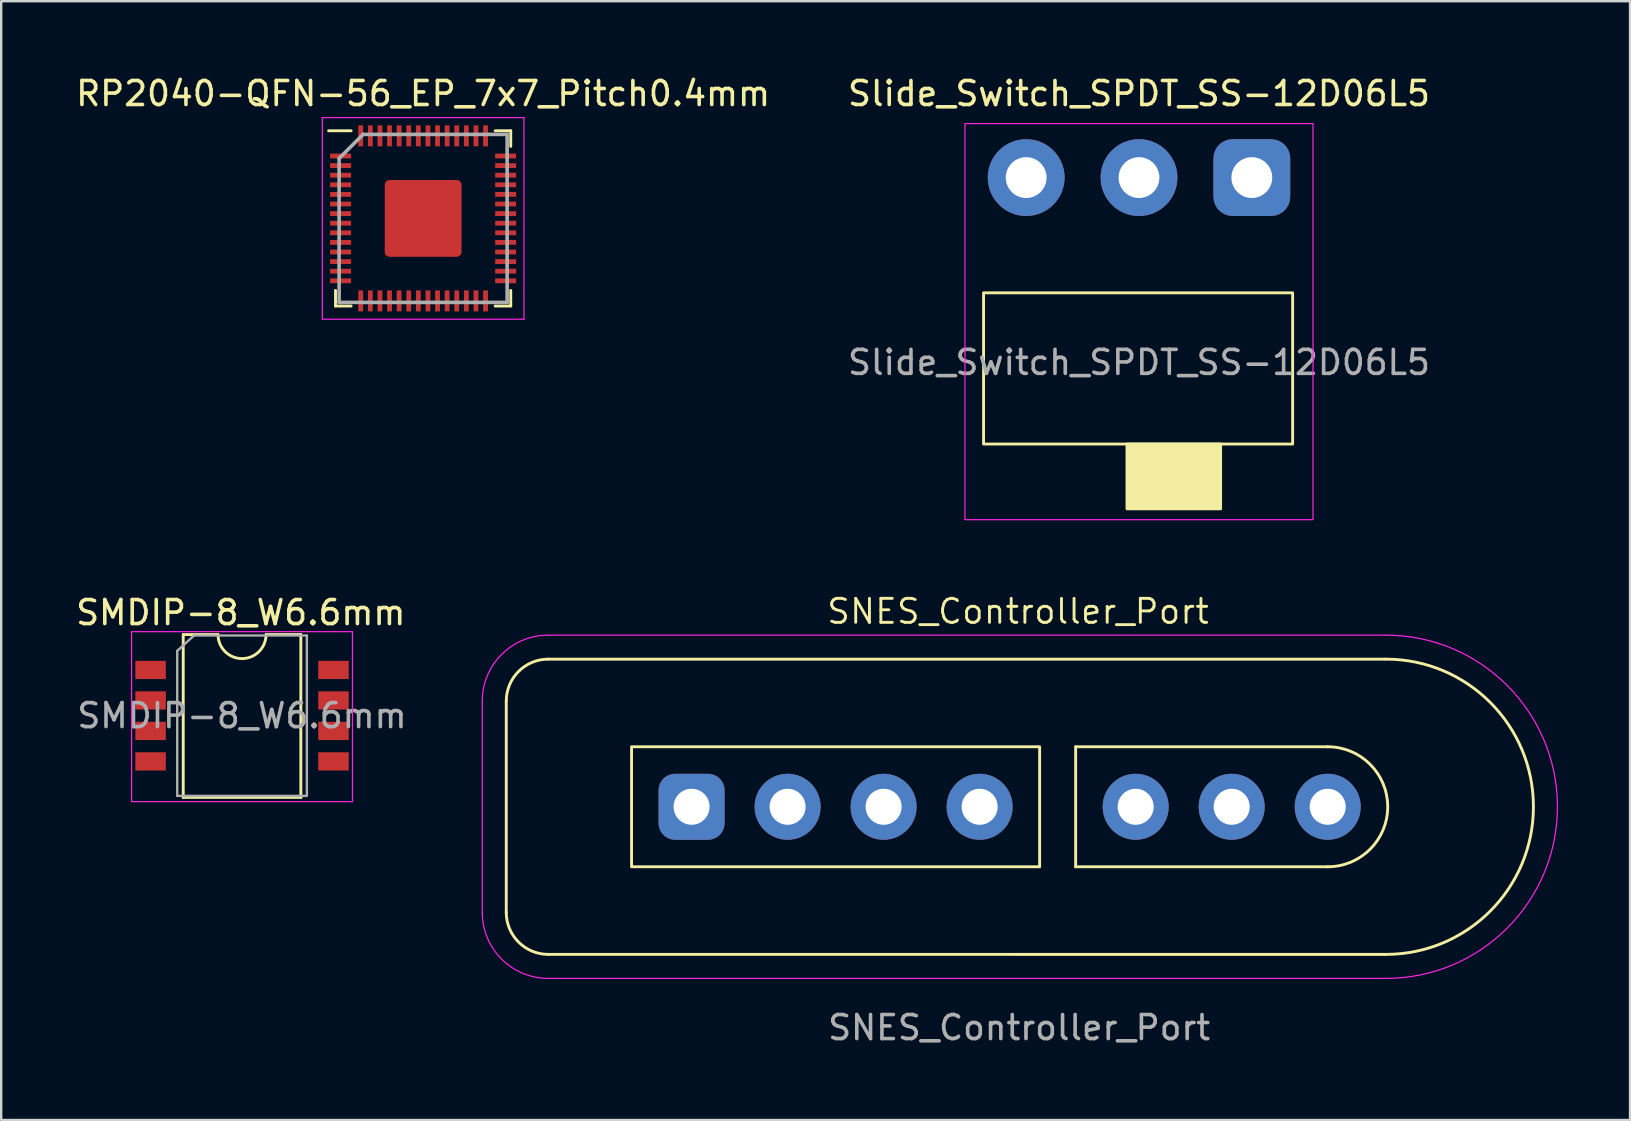
<source format=kicad_pcb>
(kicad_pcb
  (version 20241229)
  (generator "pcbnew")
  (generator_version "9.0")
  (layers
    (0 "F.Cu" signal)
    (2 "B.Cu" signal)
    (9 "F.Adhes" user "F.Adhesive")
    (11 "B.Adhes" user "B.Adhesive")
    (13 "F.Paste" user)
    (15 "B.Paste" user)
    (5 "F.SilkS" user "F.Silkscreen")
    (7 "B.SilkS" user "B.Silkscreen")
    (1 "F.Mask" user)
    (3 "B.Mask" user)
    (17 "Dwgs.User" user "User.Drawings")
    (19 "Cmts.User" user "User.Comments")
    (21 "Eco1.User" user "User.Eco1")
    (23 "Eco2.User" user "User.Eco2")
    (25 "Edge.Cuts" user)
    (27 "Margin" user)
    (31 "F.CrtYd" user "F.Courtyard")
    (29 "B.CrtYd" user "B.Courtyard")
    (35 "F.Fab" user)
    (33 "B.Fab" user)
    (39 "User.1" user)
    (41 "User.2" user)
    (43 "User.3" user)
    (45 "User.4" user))
  (footprint "SMDIP-8_W6.6mm"
    (layer "F.Cu")
    (at 7.033 26.764)
    (property "Reference" "SMDIP-8_W6.6mm" (at -0.051 -4.293 0) (layer "F.SilkS") (effects (font (size 1 1) (thickness 0.15))))
    (attr smd)
    (fp_line (start -2.45 -3.378) (end -2.45 3.404) (stroke (width 0.12) (type solid)) (layer "F.SilkS"))
    (fp_line (start -2.45 3.404) (end 2.45 3.404) (stroke (width 0.12) (type solid)) (layer "F.SilkS"))
    (fp_line (start -1 -3.378) (end -2.45 -3.378) (stroke (width 0.12) (type solid)) (layer "F.SilkS"))
    (fp_line (start 2.45 -3.378) (end 1 -3.378) (stroke (width 0.12) (type solid)) (layer "F.SilkS"))
    (fp_line (start 2.45 3.404) (end 2.45 -3.378) (stroke (width 0.12) (type solid)) (layer "F.SilkS"))
    (fp_arc (start 1 -3.3782) (mid 0 -2.3782) (end -1 -3.3782) (stroke (width 0.12) (type solid)) (layer "F.SilkS"))
    (fp_line (start -4.6 -3.5) (end -4.6 3.581) (stroke (width 0.05) (type solid)) (layer "F.CrtYd"))
    (fp_line (start -4.6 3.581) (end 4.6 3.581) (stroke (width 0.05) (type solid)) (layer "F.CrtYd"))
    (fp_line (start 4.6 -3.5) (end -4.6 -3.5) (stroke (width 0.05) (type solid)) (layer "F.CrtYd"))
    (fp_line (start 4.6 3.581) (end 4.6 -3.5) (stroke (width 0.05) (type solid)) (layer "F.CrtYd"))
    (fp_line (start -2.7 -2.7) (end -2 -3.34) (stroke (width 0.1) (type solid)) (layer "F.Fab"))
    (fp_line (start -2.7 3.34) (end -2.7 -2.7) (stroke (width 0.1) (type solid)) (layer "F.Fab"))
    (fp_line (start -2 -3.34) (end 2.7 -3.34) (stroke (width 0.1) (type solid)) (layer "F.Fab"))
    (fp_line (start 2.7 -3.34) (end 2.7 3.34) (stroke (width 0.1) (type solid)) (layer "F.Fab"))
    (fp_line (start 2.7 3.34) (end -2.7 3.34) (stroke (width 0.1) (type solid)) (layer "F.Fab"))
    (fp_text user "${REFERENCE}" (at 0 0 0) (layer "F.Fab") (effects (font (size 1 1) (thickness 0.15))))
    (pad "1" smd rect (at -3.81 -1.905) (size 1.27 0.76) (layers "F.Cu" "F.Mask" "F.Paste"))
    (pad "2" smd rect (at -3.81 -0.635) (size 1.27 0.76) (layers "F.Cu" "F.Mask" "F.Paste"))
    (pad "3" smd rect (at -3.81 0.635) (size 1.27 0.76) (layers "F.Cu" "F.Mask" "F.Paste"))
    (pad "4" smd rect (at -3.81 1.905) (size 1.27 0.76) (layers "F.Cu" "F.Mask" "F.Paste"))
    (pad "5" smd rect (at 3.81 1.905) (size 1.27 0.76) (layers "F.Cu" "F.Mask" "F.Paste"))
    (pad "6" smd rect (at 3.81 0.635) (size 1.27 0.76) (layers "F.Cu" "F.Mask" "F.Paste"))
    (pad "7" smd rect (at 3.81 -0.635) (size 1.27 0.76) (layers "F.Cu" "F.Mask" "F.Paste"))
    (pad "8" smd rect (at 3.81 -1.905) (size 1.27 0.76) (layers "F.Cu" "F.Mask" "F.Paste")))
  (footprint "Slide_Switch_SPDT_SS-12D06L5"
    (layer "F.Cu")
    (at 44.399 4.348)
    (property "Reference" "Slide_Switch_SPDT_SS-12D06L5" (at 0 -3.5 0) (unlocked yes) (layer "F.SilkS") (effects (font (size 1 1) (thickness 0.15))))
    (attr through_hole)
    (fp_rect (start -6.475 4.8) (end 6.4 11.1) (stroke (width 0.12) (type solid)) (fill no) (layer "F.SilkS"))
    (fp_rect (start -0.5 11.1) (end 3.4 13.8) (stroke (width 0.12) (type solid)) (fill yes) (layer "F.SilkS"))
    (fp_rect (start 7.25 -2.25) (end -7.25 14.25) (stroke (width 0.05) (type solid)) (fill no) (layer "F.CrtYd"))
    (fp_text user "${REFERENCE}" (at 0 7.7 0) (unlocked yes) (layer "F.Fab") (effects (font (size 1 1) (thickness 0.15))))
    (pad "1" thru_hole roundrect (at 4.7 0) (size 3.2 3.2) (drill 1.7) (layers "*.Cu" "*.Mask") (roundrect_rratio 0.25))
    (pad "2" thru_hole circle (at 0 0) (size 3.2 3.2) (drill 1.7) (layers "*.Cu" "*.Mask"))
    (pad "3" thru_hole circle (at -4.7 0) (size 3.2 3.2) (drill 1.7) (layers "*.Cu" "*.Mask")))
  (footprint "SNES_Controller_Port"
    (layer "F.Cu")
    (at 39.38 30.559)
    (property "Reference" "SNES_Controller_Port" (at -0.02 -8.14 0) (unlocked yes) (layer "F.SilkS") (effects (font (size 1 1) (thickness 0.12))))
    (attr through_hole)
    (fp_line (start -21.34 -4.4) (end -21.34 4.399) (stroke (width 0.12) (type default)) (layer "F.SilkS"))
    (fp_line (start -19.59 -6.15) (end 15.3 -6.15) (stroke (width 0.12) (type default)) (layer "F.SilkS"))
    (fp_line (start -19.59 6.149) (end 15.3 6.15) (stroke (width 0.12) (type default)) (layer "F.SilkS"))
    (fp_line (start 2.38 -2.5) (end 2.38 2.5) (stroke (width 0.12) (type default)) (layer "F.SilkS"))
    (fp_line (start 2.38 -2.5) (end 12.88 -2.5) (stroke (width 0.12) (type default)) (layer "F.SilkS"))
    (fp_line (start 2.38 2.5) (end 12.88 2.5) (stroke (width 0.12) (type default)) (layer "F.SilkS"))
    (fp_rect (start -16.12 -2.5) (end 0.88 2.5) (stroke (width 0.12) (type default)) (fill no) (layer "F.SilkS"))
    (fp_arc (start -21.34 -4.4) (mid -20.827437 -5.637436) (end -19.59 -6.15) (stroke (width 0.12) (type default)) (layer "F.SilkS"))
    (fp_arc (start -19.59 6.149328) (mid -20.827436 5.636765) (end -21.34 4.399328) (stroke (width 0.12) (type default)) (layer "F.SilkS"))
    (fp_arc (start 12.88 -2.499664) (mid 15.379664 0) (end 12.88 2.499664) (stroke (width 0.12) (type default)) (layer "F.SilkS"))
    (fp_arc (start 15.3 -6.150334) (mid 21.449998 -0.000336) (end 15.3 6.149662) (stroke (width 0.12) (type default)) (layer "F.SilkS"))
    (fp_line (start -22.34 4.4) (end -22.34 -4.4) (stroke (width 0.05) (type default)) (layer "F.CrtYd"))
    (fp_line (start -19.59 -7.15) (end 15.3 -7.15) (stroke (width 0.05) (type default)) (layer "F.CrtYd"))
    (fp_line (start -19.59 7.15) (end 15.3 7.15) (stroke (width 0.05) (type default)) (layer "F.CrtYd"))
    (fp_arc (start -22.34 -4.4) (mid -21.534544 -6.344544) (end -19.59 -7.15) (stroke (width 0.05) (type default)) (layer "F.CrtYd"))
    (fp_arc (start -19.59 7.15) (mid -21.534544 6.344544) (end -22.34 4.4) (stroke (width 0.05) (type default)) (layer "F.CrtYd"))
    (fp_arc (start 15.3 -7.15) (mid 22.45 0) (end 15.3 7.15) (stroke (width 0.05) (type default)) (layer "F.CrtYd"))
    (fp_text user "${REFERENCE}" (at 0.025 9.2 0) (unlocked yes) (layer "F.Fab") (effects (font (size 1 1) (thickness 0.15))))
    (pad "1" thru_hole roundrect (at -13.62 0) (size 2.75 2.75) (drill 1.5) (layers "*.Cu" "*.Mask") (roundrect_rratio 0.25))
    (pad "2" thru_hole circle (at -9.62 0) (size 2.75 2.75) (drill 1.5) (layers "*.Cu" "*.Mask"))
    (pad "3" thru_hole circle (at -5.62 0) (size 2.75 2.75) (drill 1.5) (layers "*.Cu" "*.Mask"))
    (pad "4" thru_hole circle (at -1.62 0) (size 2.75 2.75) (drill 1.5) (layers "*.Cu" "*.Mask"))
    (pad "5" thru_hole circle (at 4.88 0) (size 2.75 2.75) (drill 1.5) (layers "*.Cu" "*.Mask"))
    (pad "6" thru_hole circle (at 8.88 0) (size 2.75 2.75) (drill 1.5) (layers "*.Cu" "*.Mask"))
    (pad "7" thru_hole circle (at 12.88 0) (size 2.75 2.75) (drill 1.5) (layers "*.Cu" "*.Mask")))
  (footprint "RP2040-QFN-56_EP_7x7_Pitch0.4mm"
    (layer "F.Cu")
    (at 14.577 6.048)
    (property "Reference" "RP2040-QFN-56_EP_7x7_Pitch0.4mm" (at 0 -5.2 0) (layer "F.SilkS") (effects (font (size 1 1) (thickness 0.15))))
    (attr smd)
    (fp_line (start -3.65 3.65) (end -3.65 3) (stroke (width 0.12) (type default)) (layer "F.SilkS"))
    (fp_line (start -3 -3.65) (end -3.938 -3.65) (stroke (width 0.12) (type default)) (layer "F.SilkS"))
    (fp_line (start -3 3.65) (end -3.65 3.65) (stroke (width 0.12) (type default)) (layer "F.SilkS"))
    (fp_line (start 3 -3.65) (end 3.65 -3.65) (stroke (width 0.12) (type default)) (layer "F.SilkS"))
    (fp_line (start 3 3.65) (end 3.65 3.65) (stroke (width 0.12) (type default)) (layer "F.SilkS"))
    (fp_line (start 3.65 -3.65) (end 3.65 -3) (stroke (width 0.12) (type default)) (layer "F.SilkS"))
    (fp_line (start 3.65 3.65) (end 3.65 3) (stroke (width 0.12) (type default)) (layer "F.SilkS"))
    (fp_line (start -4.2 -4.2) (end 4.2 -4.2) (stroke (width 0.05) (type default)) (layer "F.CrtYd"))
    (fp_line (start -4.2 4.2) (end -4.2 -4.2) (stroke (width 0.05) (type default)) (layer "F.CrtYd"))
    (fp_line (start 4.2 -4.2) (end 4.2 4.2) (stroke (width 0.05) (type default)) (layer "F.CrtYd"))
    (fp_line (start 4.2 4.2) (end -4.2 4.2) (stroke (width 0.05) (type default)) (layer "F.CrtYd"))
    (fp_line (start -3.5 -2.5) (end -3.5 3.5) (stroke (width 0.15) (type default)) (layer "F.Fab"))
    (fp_line (start -3.5 3.5) (end 3.5 3.5) (stroke (width 0.15) (type default)) (layer "F.Fab"))
    (fp_line (start -2.5 -3.5) (end -3.5 -2.5) (stroke (width 0.15) (type default)) (layer "F.Fab"))
    (fp_line (start 3.5 -3.5) (end -2.5 -3.5) (stroke (width 0.15) (type default)) (layer "F.Fab"))
    (fp_line (start 3.5 3.5) (end 3.5 -3.5) (stroke (width 0.15) (type default)) (layer "F.Fab"))
    (pad "1" smd rect (at -3.438 -2.6 90) (size 0.2 0.875) (layers "F.Cu" "F.Mask" "F.Paste"))
    (pad "2" smd rect (at -3.438 -2.2 90) (size 0.2 0.875) (layers "F.Cu" "F.Mask" "F.Paste"))
    (pad "3" smd rect (at -3.438 -1.8 90) (size 0.2 0.875) (layers "F.Cu" "F.Mask" "F.Paste"))
    (pad "4" smd rect (at -3.438 -1.4 90) (size 0.2 0.875) (layers "F.Cu" "F.Mask" "F.Paste"))
    (pad "5" smd rect (at -3.438 -1 90) (size 0.2 0.875) (layers "F.Cu" "F.Mask" "F.Paste"))
    (pad "6" smd rect (at -3.438 -0.6 90) (size 0.2 0.875) (layers "F.Cu" "F.Mask" "F.Paste"))
    (pad "7" smd rect (at -3.438 -0.2 90) (size 0.2 0.875) (layers "F.Cu" "F.Mask" "F.Paste"))
    (pad "8" smd rect (at -3.438 0.2 90) (size 0.2 0.875) (layers "F.Cu" "F.Mask" "F.Paste"))
    (pad "9" smd rect (at -3.438 0.6 90) (size 0.2 0.875) (layers "F.Cu" "F.Mask" "F.Paste"))
    (pad "10" smd rect (at -3.438 1 90) (size 0.2 0.875) (layers "F.Cu" "F.Mask" "F.Paste"))
    (pad "11" smd rect (at -3.438 1.4 90) (size 0.2 0.875) (layers "F.Cu" "F.Mask" "F.Paste"))
    (pad "12" smd rect (at -3.438 1.8 90) (size 0.2 0.875) (layers "F.Cu" "F.Mask" "F.Paste"))
    (pad "13" smd rect (at -3.438 2.2 90) (size 0.2 0.875) (layers "F.Cu" "F.Mask" "F.Paste"))
    (pad "14" smd rect (at -3.438 2.6 90) (size 0.2 0.875) (layers "F.Cu" "F.Mask" "F.Paste"))
    (pad "15" smd rect (at -2.6 3.438) (size 0.2 0.875) (layers "F.Cu" "F.Mask" "F.Paste"))
    (pad "16" smd rect (at -2.2 3.438) (size 0.2 0.875) (layers "F.Cu" "F.Mask" "F.Paste"))
    (pad "17" smd rect (at -1.8 3.438) (size 0.2 0.875) (layers "F.Cu" "F.Mask" "F.Paste"))
    (pad "18" smd rect (at -1.4 3.438) (size 0.2 0.875) (layers "F.Cu" "F.Mask" "F.Paste"))
    (pad "19" smd rect (at -1 3.438) (size 0.2 0.875) (layers "F.Cu" "F.Mask" "F.Paste"))
    (pad "20" smd rect (at -0.6 3.438) (size 0.2 0.875) (layers "F.Cu" "F.Mask" "F.Paste"))
    (pad "21" smd rect (at -0.2 3.438) (size 0.2 0.875) (layers "F.Cu" "F.Mask" "F.Paste"))
    (pad "22" smd rect (at 0.2 3.438) (size 0.2 0.875) (layers "F.Cu" "F.Mask" "F.Paste"))
    (pad "23" smd rect (at 0.6 3.438) (size 0.2 0.875) (layers "F.Cu" "F.Mask" "F.Paste"))
    (pad "24" smd rect (at 1 3.438) (size 0.2 0.875) (layers "F.Cu" "F.Mask" "F.Paste"))
    (pad "25" smd rect (at 1.4 3.438) (size 0.2 0.875) (layers "F.Cu" "F.Mask" "F.Paste"))
    (pad "26" smd rect (at 1.8 3.438) (size 0.2 0.875) (layers "F.Cu" "F.Mask" "F.Paste"))
    (pad "27" smd rect (at 2.2 3.438) (size 0.2 0.875) (layers "F.Cu" "F.Mask" "F.Paste"))
    (pad "28" smd rect (at 2.6 3.438) (size 0.2 0.875) (layers "F.Cu" "F.Mask" "F.Paste"))
    (pad "29" smd rect (at 3.438 2.6 90) (size 0.2 0.875) (layers "F.Cu" "F.Mask" "F.Paste"))
    (pad "30" smd rect (at 3.438 2.2 90) (size 0.2 0.875) (layers "F.Cu" "F.Mask" "F.Paste"))
    (pad "31" smd rect (at 3.438 1.8 90) (size 0.2 0.875) (layers "F.Cu" "F.Mask" "F.Paste"))
    (pad "32" smd rect (at 3.438 1.4 90) (size 0.2 0.875) (layers "F.Cu" "F.Mask" "F.Paste"))
    (pad "33" smd rect (at 3.438 1 90) (size 0.2 0.875) (layers "F.Cu" "F.Mask" "F.Paste"))
    (pad "34" smd rect (at 3.438 0.6 90) (size 0.2 0.875) (layers "F.Cu" "F.Mask" "F.Paste"))
    (pad "35" smd rect (at 3.438 0.2 90) (size 0.2 0.875) (layers "F.Cu" "F.Mask" "F.Paste"))
    (pad "36" smd rect (at 3.438 -0.2 90) (size 0.2 0.875) (layers "F.Cu" "F.Mask" "F.Paste"))
    (pad "37" smd rect (at 3.438 -0.6 90) (size 0.2 0.875) (layers "F.Cu" "F.Mask" "F.Paste"))
    (pad "38" smd rect (at 3.438 -1 90) (size 0.2 0.875) (layers "F.Cu" "F.Mask" "F.Paste"))
    (pad "39" smd rect (at 3.438 -1.4 90) (size 0.2 0.875) (layers "F.Cu" "F.Mask" "F.Paste"))
    (pad "40" smd rect (at 3.438 -1.8 90) (size 0.2 0.875) (layers "F.Cu" "F.Mask" "F.Paste"))
    (pad "41" smd rect (at 3.438 -2.2 90) (size 0.2 0.875) (layers "F.Cu" "F.Mask" "F.Paste"))
    (pad "42" smd rect (at 3.438 -2.6 90) (size 0.2 0.875) (layers "F.Cu" "F.Mask" "F.Paste"))
    (pad "43" smd rect (at 2.6 -3.438) (size 0.2 0.875) (layers "F.Cu" "F.Mask" "F.Paste"))
    (pad "44" smd rect (at 2.2 -3.438) (size 0.2 0.875) (layers "F.Cu" "F.Mask" "F.Paste"))
    (pad "45" smd rect (at 1.8 -3.438) (size 0.2 0.875) (layers "F.Cu" "F.Mask" "F.Paste"))
    (pad "46" smd rect (at 1.4 -3.438) (size 0.2 0.875) (layers "F.Cu" "F.Mask" "F.Paste"))
    (pad "47" smd rect (at 1 -3.438) (size 0.2 0.875) (layers "F.Cu" "F.Mask" "F.Paste"))
    (pad "48" smd rect (at 0.6 -3.438) (size 0.2 0.875) (layers "F.Cu" "F.Mask" "F.Paste"))
    (pad "49" smd rect (at 0.2 -3.438) (size 0.2 0.875) (layers "F.Cu" "F.Mask" "F.Paste"))
    (pad "50" smd rect (at -0.2 -3.438) (size 0.2 0.875) (layers "F.Cu" "F.Mask" "F.Paste"))
    (pad "51" smd rect (at -0.6 -3.438) (size 0.2 0.875) (layers "F.Cu" "F.Mask" "F.Paste"))
    (pad "52" smd rect (at -1 -3.438) (size 0.2 0.875) (layers "F.Cu" "F.Mask" "F.Paste"))
    (pad "53" smd rect (at -1.4 -3.438) (size 0.2 0.875) (layers "F.Cu" "F.Mask" "F.Paste"))
    (pad "54" smd rect (at -1.8 -3.438) (size 0.2 0.875) (layers "F.Cu" "F.Mask" "F.Paste"))
    (pad "55" smd rect (at -2.2 -3.438) (size 0.2 0.875) (layers "F.Cu" "F.Mask" "F.Paste"))
    (pad "56" smd rect (at -2.6 -3.438) (size 0.2 0.875) (layers "F.Cu" "F.Mask" "F.Paste"))
    (pad "57" smd roundrect (at 0 0) (size 3.2 3.2) (layers "F.Cu" "F.Mask" "F.Paste") (roundrect_rratio 0.062)))
  (gr_rect
    (start -3 -3)
    (end 64.855 43.607)
    (stroke (width 0.1) (type default))
    (fill no)
    (layer "Edge.Cuts")))
</source>
